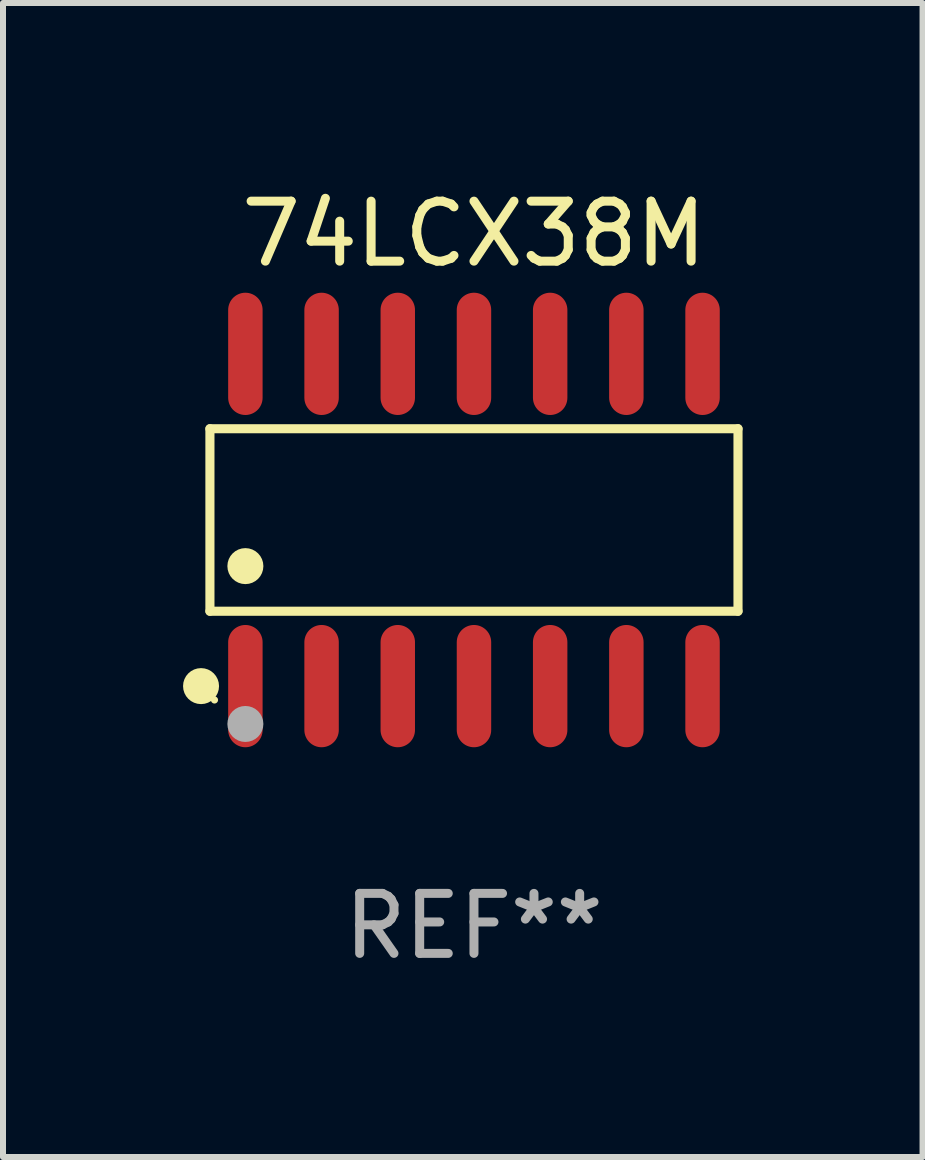
<source format=kicad_pcb>
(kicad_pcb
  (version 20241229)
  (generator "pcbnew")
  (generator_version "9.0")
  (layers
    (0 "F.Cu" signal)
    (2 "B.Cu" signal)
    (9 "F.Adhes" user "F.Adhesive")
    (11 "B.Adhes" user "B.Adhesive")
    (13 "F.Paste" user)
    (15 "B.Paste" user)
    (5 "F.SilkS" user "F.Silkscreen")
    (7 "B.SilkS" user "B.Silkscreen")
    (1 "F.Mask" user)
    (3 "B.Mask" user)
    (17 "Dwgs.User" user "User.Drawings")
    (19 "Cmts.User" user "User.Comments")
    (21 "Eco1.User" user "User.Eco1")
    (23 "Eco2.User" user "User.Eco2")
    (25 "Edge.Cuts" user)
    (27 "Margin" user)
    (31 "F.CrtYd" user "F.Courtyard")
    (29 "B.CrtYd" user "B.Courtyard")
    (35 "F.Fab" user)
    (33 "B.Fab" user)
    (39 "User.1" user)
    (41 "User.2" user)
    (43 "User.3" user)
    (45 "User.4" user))
  (footprint "74LCX38M"
    (layer "F.Cu")
    (at 4.85 5.617)
    (property "Reference" "74LCX38M" (at 0 -4.769 0) (layer "F.SilkS") (effects (font (size 1 1) (thickness 0.15))))
    (attr through_hole)
    (fp_line (start -4.401 -1.521) (end 4.401 -1.521) (stroke (width 0.152) (type solid)) (layer "F.SilkS"))
    (fp_line (start -4.401 1.521) (end -4.401 -1.521) (stroke (width 0.152) (type solid)) (layer "F.SilkS"))
    (fp_line (start 4.401 -1.521) (end 4.401 1.521) (stroke (width 0.152) (type solid)) (layer "F.SilkS"))
    (fp_line (start 4.401 1.521) (end -4.401 1.521) (stroke (width 0.152) (type solid)) (layer "F.SilkS"))
    (fp_circle (center -4.549 2.769) (end -4.399 2.769) (stroke (width 0.3) (type solid)) (fill no) (layer "F.SilkS"))
    (fp_circle (center -4.325 3) (end -4.295 3) (stroke (width 0.06) (type solid)) (fill no) (layer "F.SilkS"))
    (fp_circle (center -3.81 0.769) (end -3.66 0.769) (stroke (width 0.3) (type solid)) (fill no) (layer "F.SilkS"))
    (fp_circle (center -3.81 3.4) (end -3.66 3.4) (stroke (width 0.3) (type solid)) (fill no) (layer "F.Fab"))
    (fp_text user "REF**" (at 0 6.769 0) (layer "F.Fab") (effects (font (size 1 1) (thickness 0.15))))
    (pad "1" smd oval (at -3.81 2.769) (size 0.574 2.038) (layers "F.Cu" "F.Mask" "F.Paste"))
    (pad "2" smd oval (at -2.54 2.769) (size 0.574 2.038) (layers "F.Cu" "F.Mask" "F.Paste"))
    (pad "3" smd oval (at -1.27 2.769) (size 0.574 2.038) (layers "F.Cu" "F.Mask" "F.Paste"))
    (pad "4" smd oval (at 0 2.769) (size 0.574 2.038) (layers "F.Cu" "F.Mask" "F.Paste"))
    (pad "5" smd oval (at 1.27 2.769) (size 0.574 2.038) (layers "F.Cu" "F.Mask" "F.Paste"))
    (pad "6" smd oval (at 2.54 2.769) (size 0.574 2.038) (layers "F.Cu" "F.Mask" "F.Paste"))
    (pad "7" smd oval (at 3.81 2.769) (size 0.574 2.038) (layers "F.Cu" "F.Mask" "F.Paste"))
    (pad "8" smd oval (at 3.81 -2.769) (size 0.574 2.038) (layers "F.Cu" "F.Mask" "F.Paste"))
    (pad "9" smd oval (at 2.54 -2.769) (size 0.574 2.038) (layers "F.Cu" "F.Mask" "F.Paste"))
    (pad "10" smd oval (at 1.27 -2.769) (size 0.574 2.038) (layers "F.Cu" "F.Mask" "F.Paste"))
    (pad "11" smd oval (at 0 -2.769) (size 0.574 2.038) (layers "F.Cu" "F.Mask" "F.Paste"))
    (pad "12" smd oval (at -1.27 -2.769) (size 0.574 2.038) (layers "F.Cu" "F.Mask" "F.Paste"))
    (pad "13" smd oval (at -2.54 -2.769) (size 0.574 2.038) (layers "F.Cu" "F.Mask" "F.Paste"))
    (pad "14" smd oval (at -3.81 -2.769) (size 0.574 2.038) (layers "F.Cu" "F.Mask" "F.Paste")))
  (gr_rect
    (start -3 -3)
    (end 12.327 16.235)
    (stroke (width 0.1) (type default))
    (fill no)
    (layer "Edge.Cuts")))
</source>
